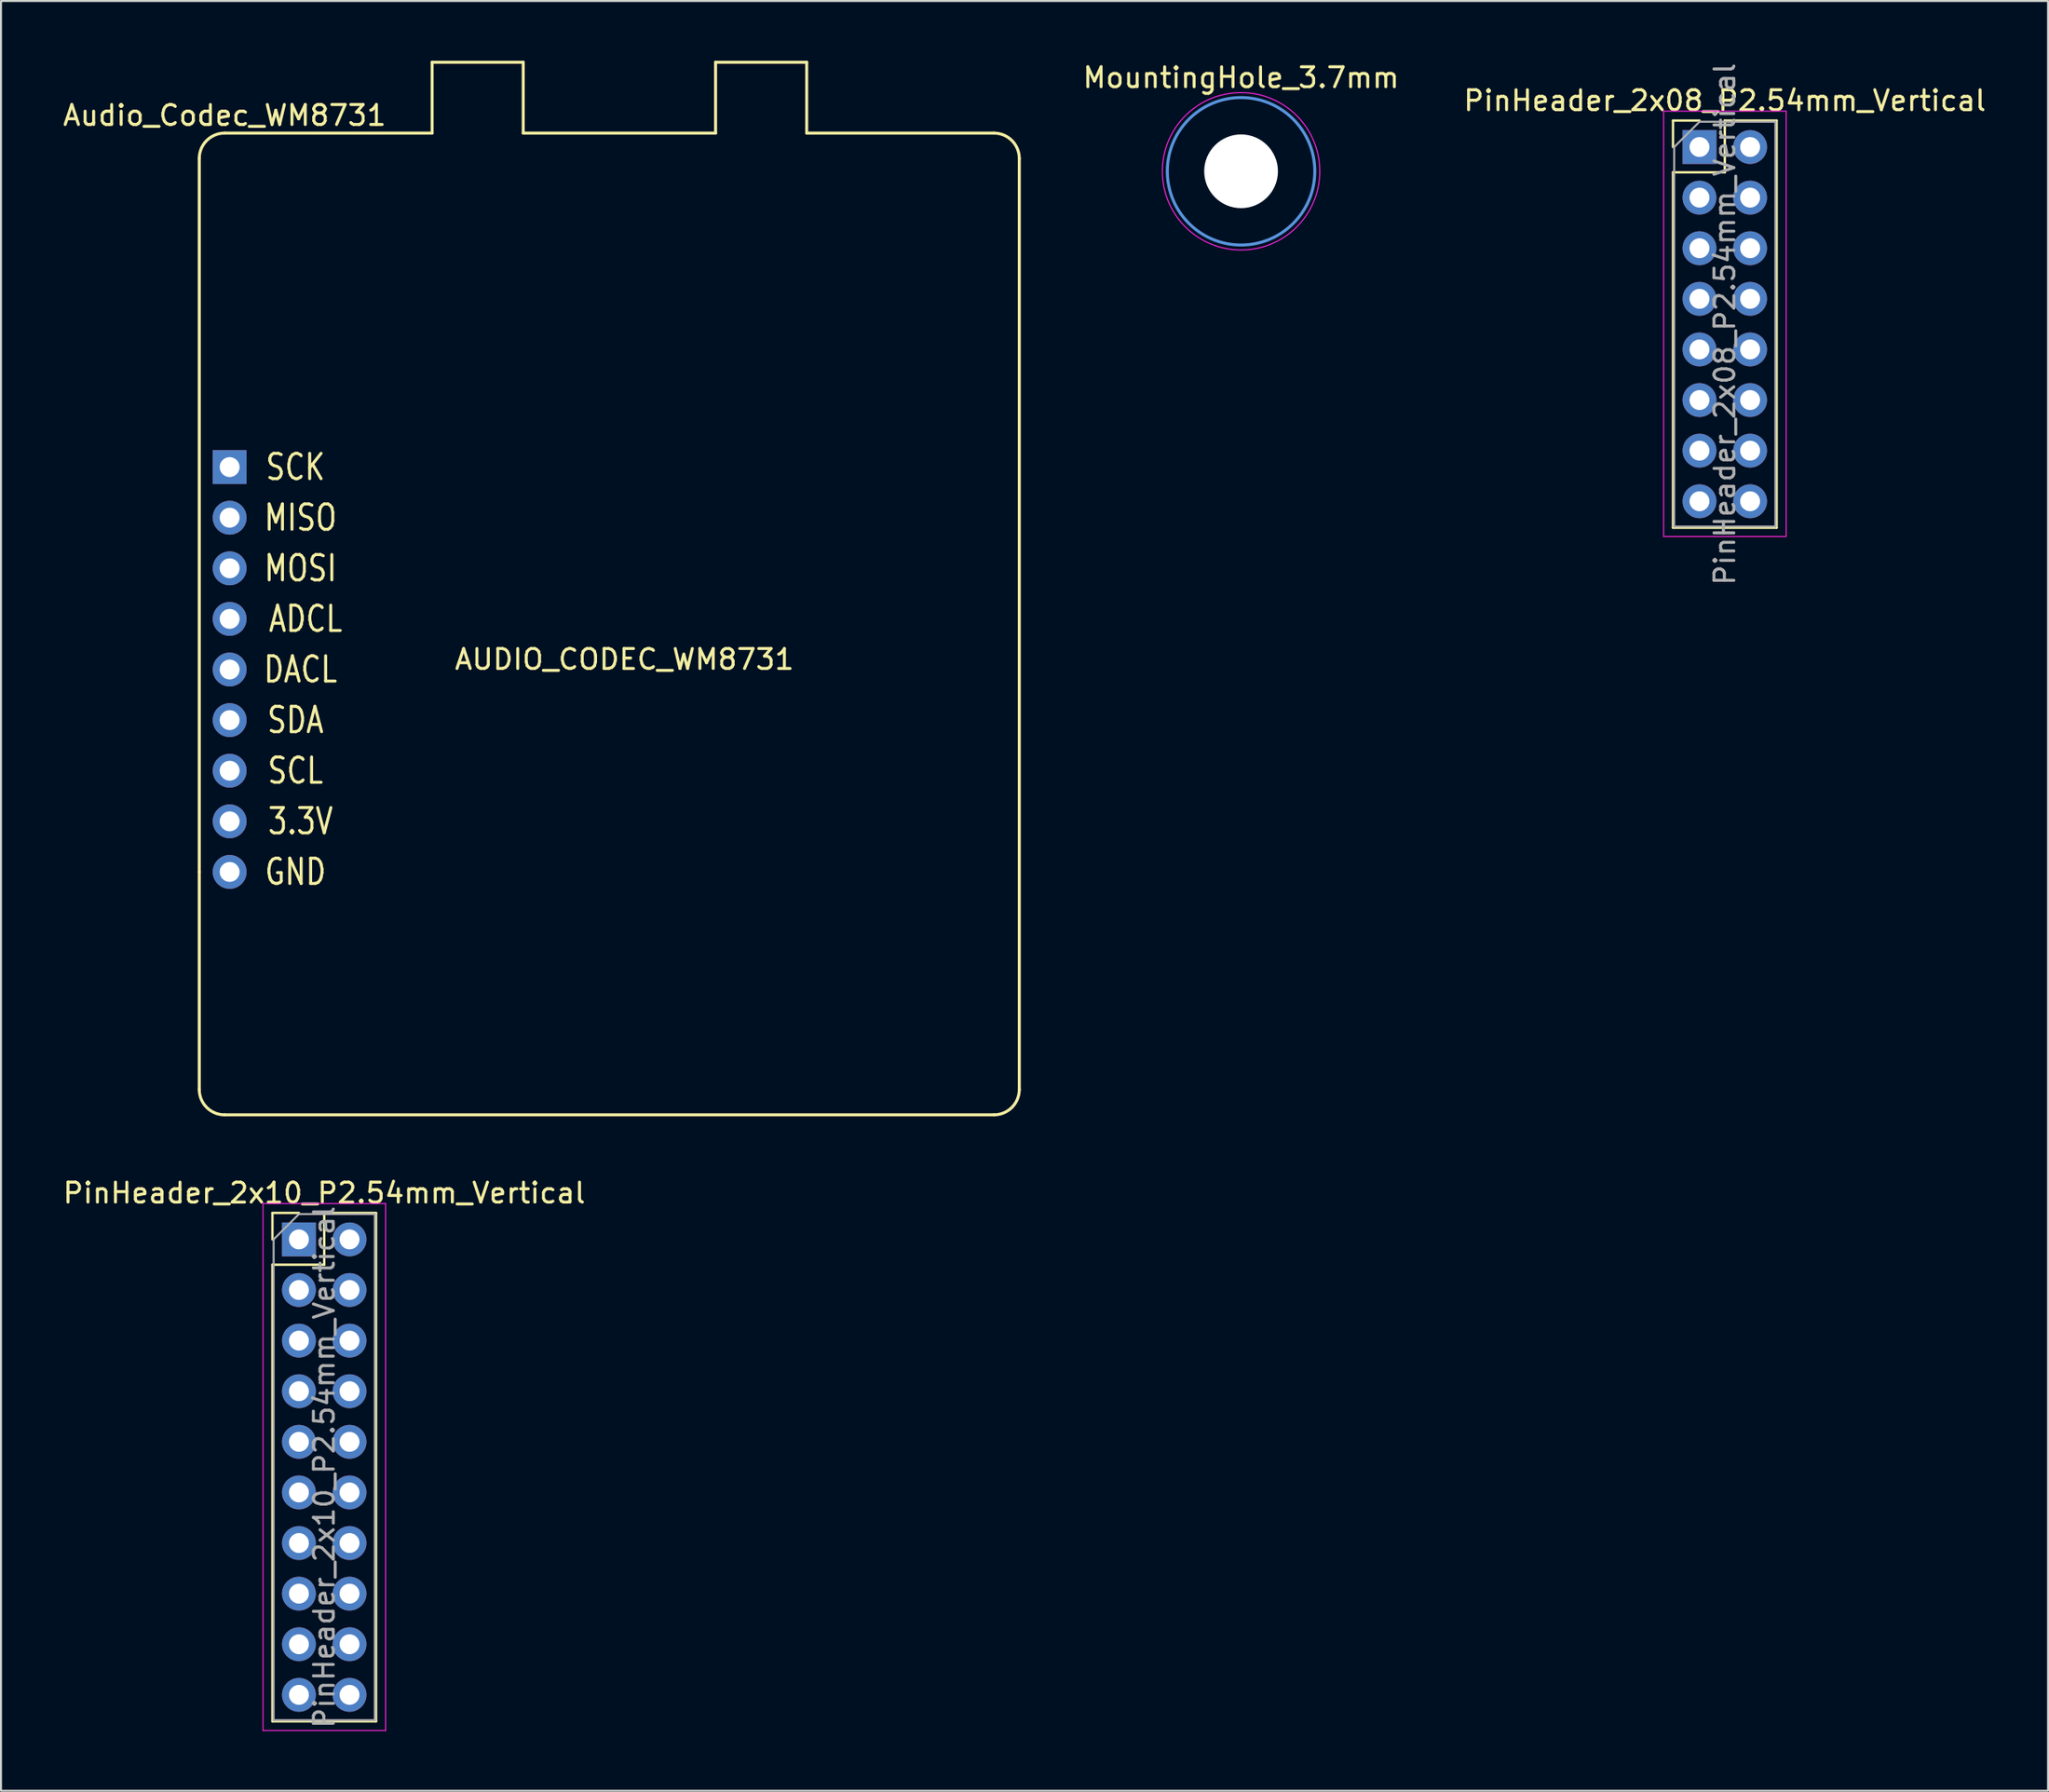
<source format=kicad_pcb>
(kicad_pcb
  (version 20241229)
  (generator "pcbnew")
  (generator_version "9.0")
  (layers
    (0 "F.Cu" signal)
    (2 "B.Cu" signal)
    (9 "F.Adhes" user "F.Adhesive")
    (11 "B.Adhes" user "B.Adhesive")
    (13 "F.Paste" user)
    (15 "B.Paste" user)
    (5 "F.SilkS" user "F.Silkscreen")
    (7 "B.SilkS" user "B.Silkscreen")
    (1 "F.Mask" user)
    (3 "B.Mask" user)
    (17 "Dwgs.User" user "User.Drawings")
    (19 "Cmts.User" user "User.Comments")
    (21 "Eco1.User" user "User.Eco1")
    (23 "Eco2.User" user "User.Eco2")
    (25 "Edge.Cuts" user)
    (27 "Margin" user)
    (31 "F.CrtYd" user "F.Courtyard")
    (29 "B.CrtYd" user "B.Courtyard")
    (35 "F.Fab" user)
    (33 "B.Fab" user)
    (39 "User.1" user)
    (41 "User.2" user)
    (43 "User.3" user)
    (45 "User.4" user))
  (footprint "MountingHole_3.7mm"
    (layer "F.Cu")
    (at 59.227 5.548)
    (property "Reference" "MountingHole_3.7mm" (at 0 -4.7 0) (layer "F.SilkS") (effects (font (size 1 1) (thickness 0.15))))
    (attr through_hole)
    (fp_circle (center 0 0) (end 3.7 0) (stroke (width 0.15) (type solid)) (fill no) (layer "Cmts.User"))
    (fp_circle (center 0 0) (end 3.95 0) (stroke (width 0.05) (type solid)) (fill no) (layer "F.CrtYd"))
    (pad "" np_thru_hole circle (at 0 0) (size 3.7 3.7) (drill 3.7) (layers "*.Cu" "*.Mask")))
  (footprint "PinHeader_2x10_P2.54mm_Vertical"
    (layer "F.Cu")
    (at 11.95 59.16)
    (property "Reference" "PinHeader_2x10_P2.54mm_Vertical" (at 1.27 -2.33 0) (layer "F.SilkS") (effects (font (size 1 1) (thickness 0.15))))
    (attr through_hole)
    (fp_line (start -1.33 -1.33) (end 0 -1.33) (stroke (width 0.12) (type solid)) (layer "F.SilkS"))
    (fp_line (start -1.33 0) (end -1.33 -1.33) (stroke (width 0.12) (type solid)) (layer "F.SilkS"))
    (fp_line (start -1.33 1.27) (end -1.33 24.19) (stroke (width 0.12) (type solid)) (layer "F.SilkS"))
    (fp_line (start -1.33 1.27) (end 1.27 1.27) (stroke (width 0.12) (type solid)) (layer "F.SilkS"))
    (fp_line (start -1.33 24.19) (end 3.87 24.19) (stroke (width 0.12) (type solid)) (layer "F.SilkS"))
    (fp_line (start 1.27 -1.33) (end 3.87 -1.33) (stroke (width 0.12) (type solid)) (layer "F.SilkS"))
    (fp_line (start 1.27 1.27) (end 1.27 -1.33) (stroke (width 0.12) (type solid)) (layer "F.SilkS"))
    (fp_line (start 3.87 -1.33) (end 3.87 24.19) (stroke (width 0.12) (type solid)) (layer "F.SilkS"))
    (fp_line (start -1.8 -1.8) (end -1.8 24.65) (stroke (width 0.05) (type solid)) (layer "F.CrtYd"))
    (fp_line (start -1.8 24.65) (end 4.35 24.65) (stroke (width 0.05) (type solid)) (layer "F.CrtYd"))
    (fp_line (start 4.35 -1.8) (end -1.8 -1.8) (stroke (width 0.05) (type solid)) (layer "F.CrtYd"))
    (fp_line (start 4.35 24.65) (end 4.35 -1.8) (stroke (width 0.05) (type solid)) (layer "F.CrtYd"))
    (fp_line (start -1.27 0) (end 0 -1.27) (stroke (width 0.1) (type solid)) (layer "F.Fab"))
    (fp_line (start -1.27 24.13) (end -1.27 0) (stroke (width 0.1) (type solid)) (layer "F.Fab"))
    (fp_line (start 0 -1.27) (end 3.81 -1.27) (stroke (width 0.1) (type solid)) (layer "F.Fab"))
    (fp_line (start 3.81 -1.27) (end 3.81 24.13) (stroke (width 0.1) (type solid)) (layer "F.Fab"))
    (fp_line (start 3.81 24.13) (end -1.27 24.13) (stroke (width 0.1) (type solid)) (layer "F.Fab"))
    (fp_text user "${REFERENCE}" (at 1.27 11.43 90) (layer "F.Fab") (effects (font (size 1 1) (thickness 0.15))))
    (pad "1" thru_hole rect (at 0 0) (size 1.7 1.7) (drill 1) (layers "*.Cu" "*.Mask"))
    (pad "2" thru_hole oval (at 2.54 0) (size 1.7 1.7) (drill 1) (layers "*.Cu" "*.Mask"))
    (pad "3" thru_hole oval (at 0 2.54) (size 1.7 1.7) (drill 1) (layers "*.Cu" "*.Mask"))
    (pad "4" thru_hole oval (at 2.54 2.54) (size 1.7 1.7) (drill 1) (layers "*.Cu" "*.Mask"))
    (pad "5" thru_hole oval (at 0 5.08) (size 1.7 1.7) (drill 1) (layers "*.Cu" "*.Mask"))
    (pad "6" thru_hole oval (at 2.54 5.08) (size 1.7 1.7) (drill 1) (layers "*.Cu" "*.Mask"))
    (pad "7" thru_hole oval (at 0 7.62) (size 1.7 1.7) (drill 1) (layers "*.Cu" "*.Mask"))
    (pad "8" thru_hole oval (at 2.54 7.62) (size 1.7 1.7) (drill 1) (layers "*.Cu" "*.Mask"))
    (pad "9" thru_hole oval (at 0 10.16) (size 1.7 1.7) (drill 1) (layers "*.Cu" "*.Mask"))
    (pad "10" thru_hole oval (at 2.54 10.16) (size 1.7 1.7) (drill 1) (layers "*.Cu" "*.Mask"))
    (pad "11" thru_hole oval (at 0 12.7) (size 1.7 1.7) (drill 1) (layers "*.Cu" "*.Mask"))
    (pad "12" thru_hole oval (at 2.54 12.7) (size 1.7 1.7) (drill 1) (layers "*.Cu" "*.Mask"))
    (pad "13" thru_hole oval (at 0 15.24) (size 1.7 1.7) (drill 1) (layers "*.Cu" "*.Mask"))
    (pad "14" thru_hole oval (at 2.54 15.24) (size 1.7 1.7) (drill 1) (layers "*.Cu" "*.Mask"))
    (pad "15" thru_hole oval (at 0 17.78) (size 1.7 1.7) (drill 1) (layers "*.Cu" "*.Mask"))
    (pad "16" thru_hole oval (at 2.54 17.78) (size 1.7 1.7) (drill 1) (layers "*.Cu" "*.Mask"))
    (pad "17" thru_hole oval (at 0 20.32) (size 1.7 1.7) (drill 1) (layers "*.Cu" "*.Mask"))
    (pad "18" thru_hole oval (at 2.54 20.32) (size 1.7 1.7) (drill 1) (layers "*.Cu" "*.Mask"))
    (pad "19" thru_hole oval (at 0 22.86) (size 1.7 1.7) (drill 1) (layers "*.Cu" "*.Mask"))
    (pad "20" thru_hole oval (at 2.54 22.86) (size 1.7 1.7) (drill 1) (layers "*.Cu" "*.Mask")))
  (footprint "PinHeader_2x08_P2.54mm_Vertical"
    (layer "F.Cu")
    (at 82.231 4.33)
    (property "Reference" "PinHeader_2x08_P2.54mm_Vertical" (at 1.27 -2.33 0) (layer "F.SilkS") (effects (font (size 1 1) (thickness 0.15))))
    (attr through_hole)
    (fp_line (start -1.33 -1.33) (end 0 -1.33) (stroke (width 0.12) (type solid)) (layer "F.SilkS"))
    (fp_line (start -1.33 0) (end -1.33 -1.33) (stroke (width 0.12) (type solid)) (layer "F.SilkS"))
    (fp_line (start -1.33 1.27) (end -1.33 19.11) (stroke (width 0.12) (type solid)) (layer "F.SilkS"))
    (fp_line (start -1.33 1.27) (end 1.27 1.27) (stroke (width 0.12) (type solid)) (layer "F.SilkS"))
    (fp_line (start -1.33 19.11) (end 3.87 19.11) (stroke (width 0.12) (type solid)) (layer "F.SilkS"))
    (fp_line (start 1.27 -1.33) (end 3.87 -1.33) (stroke (width 0.12) (type solid)) (layer "F.SilkS"))
    (fp_line (start 1.27 1.27) (end 1.27 -1.33) (stroke (width 0.12) (type solid)) (layer "F.SilkS"))
    (fp_line (start 3.87 -1.33) (end 3.87 19.11) (stroke (width 0.12) (type solid)) (layer "F.SilkS"))
    (fp_line (start -1.8 -1.8) (end -1.8 19.55) (stroke (width 0.05) (type solid)) (layer "F.CrtYd"))
    (fp_line (start -1.8 19.55) (end 4.35 19.55) (stroke (width 0.05) (type solid)) (layer "F.CrtYd"))
    (fp_line (start 4.35 -1.8) (end -1.8 -1.8) (stroke (width 0.05) (type solid)) (layer "F.CrtYd"))
    (fp_line (start 4.35 19.55) (end 4.35 -1.8) (stroke (width 0.05) (type solid)) (layer "F.CrtYd"))
    (fp_line (start -1.27 0) (end 0 -1.27) (stroke (width 0.1) (type solid)) (layer "F.Fab"))
    (fp_line (start -1.27 19.05) (end -1.27 0) (stroke (width 0.1) (type solid)) (layer "F.Fab"))
    (fp_line (start 0 -1.27) (end 3.81 -1.27) (stroke (width 0.1) (type solid)) (layer "F.Fab"))
    (fp_line (start 3.81 -1.27) (end 3.81 19.05) (stroke (width 0.1) (type solid)) (layer "F.Fab"))
    (fp_line (start 3.81 19.05) (end -1.27 19.05) (stroke (width 0.1) (type solid)) (layer "F.Fab"))
    (fp_text user "${REFERENCE}" (at 1.27 8.89 90) (layer "F.Fab") (effects (font (size 1 1) (thickness 0.15))))
    (pad "1" thru_hole rect (at 0 0) (size 1.7 1.7) (drill 1) (layers "*.Cu" "*.Mask"))
    (pad "2" thru_hole oval (at 2.54 0) (size 1.7 1.7) (drill 1) (layers "*.Cu" "*.Mask"))
    (pad "3" thru_hole oval (at 0 2.54) (size 1.7 1.7) (drill 1) (layers "*.Cu" "*.Mask"))
    (pad "4" thru_hole oval (at 2.54 2.54) (size 1.7 1.7) (drill 1) (layers "*.Cu" "*.Mask"))
    (pad "5" thru_hole oval (at 0 5.08) (size 1.7 1.7) (drill 1) (layers "*.Cu" "*.Mask"))
    (pad "6" thru_hole oval (at 2.54 5.08) (size 1.7 1.7) (drill 1) (layers "*.Cu" "*.Mask"))
    (pad "7" thru_hole oval (at 0 7.62) (size 1.7 1.7) (drill 1) (layers "*.Cu" "*.Mask"))
    (pad "8" thru_hole oval (at 2.54 7.62) (size 1.7 1.7) (drill 1) (layers "*.Cu" "*.Mask"))
    (pad "9" thru_hole oval (at 0 10.16) (size 1.7 1.7) (drill 1) (layers "*.Cu" "*.Mask"))
    (pad "10" thru_hole oval (at 2.54 10.16) (size 1.7 1.7) (drill 1) (layers "*.Cu" "*.Mask"))
    (pad "11" thru_hole oval (at 0 12.7) (size 1.7 1.7) (drill 1) (layers "*.Cu" "*.Mask"))
    (pad "12" thru_hole oval (at 2.54 12.7) (size 1.7 1.7) (drill 1) (layers "*.Cu" "*.Mask"))
    (pad "13" thru_hole oval (at 0 15.24) (size 1.7 1.7) (drill 1) (layers "*.Cu" "*.Mask"))
    (pad "14" thru_hole oval (at 2.54 15.24) (size 1.7 1.7) (drill 1) (layers "*.Cu" "*.Mask"))
    (pad "15" thru_hole oval (at 0 17.78) (size 1.7 1.7) (drill 1) (layers "*.Cu" "*.Mask"))
    (pad "16" thru_hole oval (at 2.54 17.78) (size 1.7 1.7) (drill 1) (layers "*.Cu" "*.Mask")))
  (footprint "Audio_Codec_WM8731"
    (layer "F.Cu")
    (at 28.286 31.571)
    (property "Reference" "Audio_Codec_WM8731" (at -20.066 -28.829 0) (layer "F.SilkS") (effects (font (size 1 1) (thickness 0.15))))
    (attr through_hole)
    (fp_line (start -21.336 9.144) (end -21.336 -26.67) (stroke (width 0.15) (type solid)) (layer "F.SilkS"))
    (fp_line (start -21.336 20.066) (end -21.336 9.144) (stroke (width 0.15) (type solid)) (layer "F.SilkS"))
    (fp_line (start -20.066 21.336) (end 18.542 21.336) (stroke (width 0.15) (type solid)) (layer "F.SilkS"))
    (fp_line (start -9.652 -31.496) (end -5.08 -31.496) (stroke (width 0.15) (type solid)) (layer "F.SilkS"))
    (fp_line (start -9.652 -27.94) (end -20.066 -27.94) (stroke (width 0.15) (type solid)) (layer "F.SilkS"))
    (fp_line (start -9.652 -27.94) (end -9.652 -31.496) (stroke (width 0.15) (type solid)) (layer "F.SilkS"))
    (fp_line (start -5.08 -31.496) (end -5.08 -27.94) (stroke (width 0.15) (type solid)) (layer "F.SilkS"))
    (fp_line (start -5.08 -27.94) (end 4.572 -27.94) (stroke (width 0.15) (type solid)) (layer "F.SilkS"))
    (fp_line (start 4.572 -31.496) (end 4.572 -27.94) (stroke (width 0.15) (type solid)) (layer "F.SilkS"))
    (fp_line (start 4.572 -31.496) (end 9.144 -31.496) (stroke (width 0.15) (type solid)) (layer "F.SilkS"))
    (fp_line (start 9.144 -31.496) (end 9.144 -27.94) (stroke (width 0.15) (type solid)) (layer "F.SilkS"))
    (fp_line (start 9.144 -27.94) (end 18.542 -27.94) (stroke (width 0.15) (type solid)) (layer "F.SilkS"))
    (fp_line (start 19.812 -26.67) (end 19.812 20.066) (stroke (width 0.15) (type solid)) (layer "F.SilkS"))
    (fp_arc (start -21.336 -26.67) (mid -20.964026 -27.568026) (end -20.066 -27.94) (stroke (width 0.15) (type solid)) (layer "F.SilkS"))
    (fp_arc (start -20.066 21.336) (mid -20.964026 20.964026) (end -21.336 20.066) (stroke (width 0.15) (type solid)) (layer "F.SilkS"))
    (fp_arc (start 18.542 -27.94) (mid 19.440026 -27.568026) (end 19.812 -26.67) (stroke (width 0.15) (type solid)) (layer "F.SilkS"))
    (fp_arc (start 19.812 20.066) (mid 19.440026 20.964026) (end 18.542 21.336) (stroke (width 0.15) (type solid)) (layer "F.SilkS"))
    (fp_text user "ADCL" (at -16.002 -3.556 0) (layer "F.SilkS") (effects (font (size 1.27 1) (thickness 0.15))))
    (fp_text user "3.3V" (at -16.256 6.604 0) (layer "F.SilkS") (effects (font (size 1.27 1) (thickness 0.15))))
    (fp_text user "AUDIO_CODEC_WM8731" (at 0 -1.524 0) (layer "F.SilkS") (effects (font (size 1 1) (thickness 0.15))))
    (fp_text user "SCL" (at -16.51 4.064 0) (layer "F.SilkS") (effects (font (size 1.27 1) (thickness 0.15))))
    (fp_text user "MISO" (at -16.256 -8.636 0) (layer "F.SilkS") (effects (font (size 1.27 1) (thickness 0.15))))
    (fp_text user "SCK" (at -16.51 -11.176 0) (layer "F.SilkS") (effects (font (size 1.27 1) (thickness 0.15))))
    (fp_text user "GND" (at -16.51 9.144 0) (layer "F.SilkS") (effects (font (size 1.27 1) (thickness 0.15))))
    (fp_text user "DACL" (at -16.256 -1.016 0) (layer "F.SilkS") (effects (font (size 1.27 1) (thickness 0.15))))
    (fp_text user "MOSI" (at -16.256 -6.096 0) (layer "F.SilkS") (effects (font (size 1.27 1) (thickness 0.15))))
    (fp_text user "SDA" (at -16.51 1.524 0) (layer "F.SilkS") (effects (font (size 1.27 1) (thickness 0.15))))
    (pad "1" thru_hole rect (at -19.812 -11.176) (size 1.7 1.7) (drill 1) (layers "*.Cu" "*.Mask"))
    (pad "2" thru_hole oval (at -19.812 -8.636) (size 1.7 1.7) (drill 1) (layers "*.Cu" "*.Mask"))
    (pad "3" thru_hole oval (at -19.812 -6.096) (size 1.7 1.7) (drill 1) (layers "*.Cu" "*.Mask"))
    (pad "4" thru_hole oval (at -19.812 -3.556) (size 1.7 1.7) (drill 1) (layers "*.Cu" "*.Mask"))
    (pad "5" thru_hole oval (at -19.812 -1.016) (size 1.7 1.7) (drill 1) (layers "*.Cu" "*.Mask"))
    (pad "6" thru_hole oval (at -19.812 1.524) (size 1.7 1.7) (drill 1) (layers "*.Cu" "*.Mask"))
    (pad "7" thru_hole oval (at -19.812 4.064) (size 1.7 1.7) (drill 1) (layers "*.Cu" "*.Mask"))
    (pad "8" thru_hole oval (at -19.812 6.604) (size 1.7 1.7) (drill 1) (layers "*.Cu" "*.Mask"))
    (pad "9" thru_hole oval (at -19.812 9.144) (size 1.7 1.7) (drill 1) (layers "*.Cu" "*.Mask")))
  (gr_rect
    (start -3 -3)
    (end 99.721 86.835)
    (stroke (width 0.1) (type default))
    (fill no)
    (layer "Edge.Cuts")))
</source>
